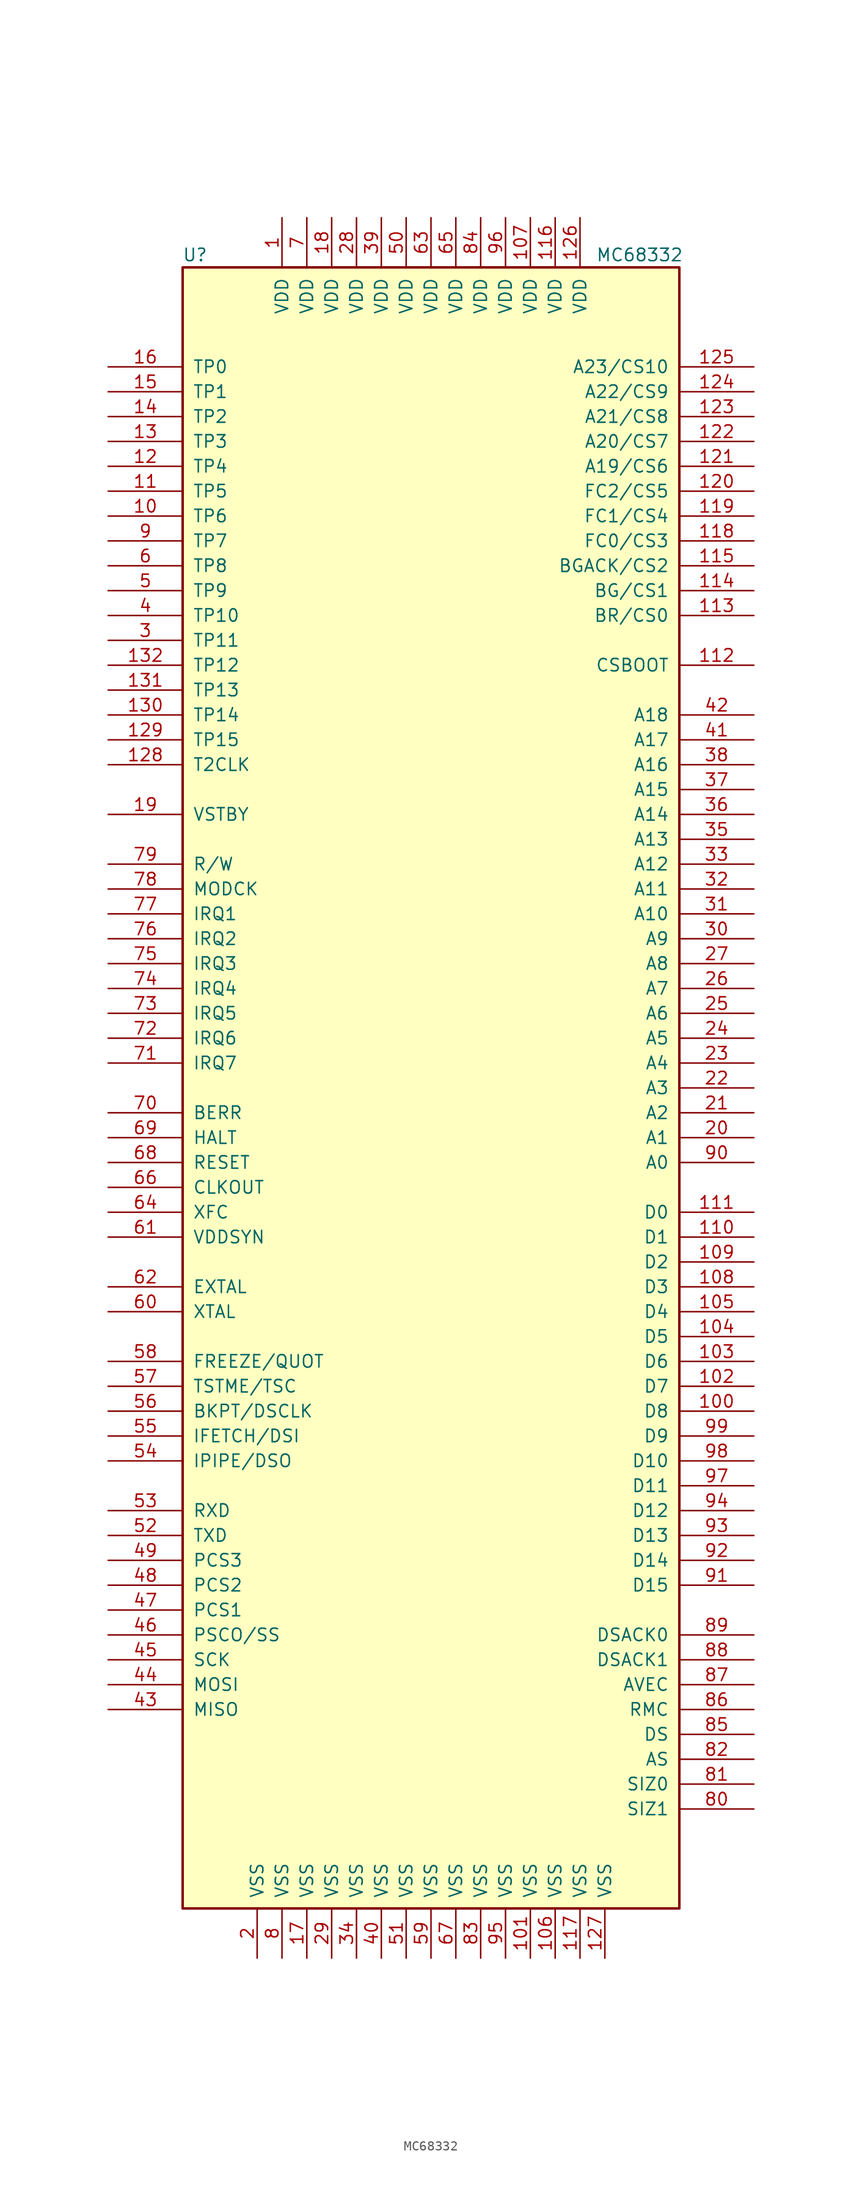
<source format=kicad_sym>
(kicad_symbol_lib
  (version 20231120)
  (generator "kicad_symbol_editor")
  (generator_version "8.0")
  (symbol "MC68332"
    (pin_names
      (offset 1.016))
    (property "Reference" "U"
      (at -24.13 85.09 0)
      (effects (font (size 1.27 1.27))))
    (property "Value" "MC68332"
      (at 21.336 85.09 0)
      (effects (font (size 1.27 1.27))))
    (symbol "MC68332_0_1"
      (rectangle (start -25.4 -83.82) (end 25.4 83.82) (stroke (width 0.254) (type default)) (fill (type background))))
    (symbol "MC68332_1_0"
      (pin power_in line (at -17.78 -88.9 90) (length 5.08) (name "VSS" (effects (font (size 1.27 1.27)))) (number "2" (effects (font (size 1.27 1.27))))))
    (symbol "MC68332_1_1"
      (pin power_in line (at -15.24 88.9 270) (length 5.08) (name "VDD" (effects (font (size 1.27 1.27)))) (number "1" (effects (font (size 1.27 1.27)))))
      (pin input line (at -33.02 58.42 0) (length 7.62) (name "TP6" (effects (font (size 1.27 1.27)))) (number "10" (effects (font (size 1.27 1.27)))))
      (pin input line (at 33.02 -33.02 180) (length 7.62) (name "D8" (effects (font (size 1.27 1.27)))) (number "100" (effects (font (size 1.27 1.27)))))
      (pin power_in line (at 10.16 -88.9 90) (length 5.08) (name "VSS" (effects (font (size 1.27 1.27)))) (number "101" (effects (font (size 1.27 1.27)))))
      (pin input line (at 33.02 -30.48 180) (length 7.62) (name "D7" (effects (font (size 1.27 1.27)))) (number "102" (effects (font (size 1.27 1.27)))))
      (pin input line (at 33.02 -27.94 180) (length 7.62) (name "D6" (effects (font (size 1.27 1.27)))) (number "103" (effects (font (size 1.27 1.27)))))
      (pin input line (at 33.02 -25.4 180) (length 7.62) (name "D5" (effects (font (size 1.27 1.27)))) (number "104" (effects (font (size 1.27 1.27)))))
      (pin input line (at 33.02 -22.86 180) (length 7.62) (name "D4" (effects (font (size 1.27 1.27)))) (number "105" (effects (font (size 1.27 1.27)))))
      (pin power_in line (at 12.7 -88.9 90) (length 5.08) (name "VSS" (effects (font (size 1.27 1.27)))) (number "106" (effects (font (size 1.27 1.27)))))
      (pin power_in line (at 10.16 88.9 270) (length 5.08) (name "VDD" (effects (font (size 1.27 1.27)))) (number "107" (effects (font (size 1.27 1.27)))))
      (pin input line (at 33.02 -20.32 180) (length 7.62) (name "D3" (effects (font (size 1.27 1.27)))) (number "108" (effects (font (size 1.27 1.27)))))
      (pin input line (at 33.02 -17.78 180) (length 7.62) (name "D2" (effects (font (size 1.27 1.27)))) (number "109" (effects (font (size 1.27 1.27)))))
      (pin input line (at -33.02 60.96 0) (length 7.62) (name "TP5" (effects (font (size 1.27 1.27)))) (number "11" (effects (font (size 1.27 1.27)))))
      (pin input line (at 33.02 -15.24 180) (length 7.62) (name "D1" (effects (font (size 1.27 1.27)))) (number "110" (effects (font (size 1.27 1.27)))))
      (pin input line (at 33.02 -12.7 180) (length 7.62) (name "D0" (effects (font (size 1.27 1.27)))) (number "111" (effects (font (size 1.27 1.27)))))
      (pin output line (at 33.02 43.18 180) (length 7.62) (name "CSBOOT" (effects (font (size 1.27 1.27)))) (number "112" (effects (font (size 1.27 1.27)))))
      (pin input line (at 33.02 48.26 180) (length 7.62) (name "BR/CS0" (effects (font (size 1.27 1.27)))) (number "113" (effects (font (size 1.27 1.27)))))
      (pin output line (at 33.02 50.8 180) (length 7.62) (name "BG/CS1" (effects (font (size 1.27 1.27)))) (number "114" (effects (font (size 1.27 1.27)))))
      (pin input line (at 33.02 53.34 180) (length 7.62) (name "BGACK/CS2" (effects (font (size 1.27 1.27)))) (number "115" (effects (font (size 1.27 1.27)))))
      (pin power_in line (at 12.7 88.9 270) (length 5.08) (name "VDD" (effects (font (size 1.27 1.27)))) (number "116" (effects (font (size 1.27 1.27)))))
      (pin power_in line (at 15.24 -88.9 90) (length 5.08) (name "VSS" (effects (font (size 1.27 1.27)))) (number "117" (effects (font (size 1.27 1.27)))))
      (pin output line (at 33.02 55.88 180) (length 7.62) (name "FC0/CS3" (effects (font (size 1.27 1.27)))) (number "118" (effects (font (size 1.27 1.27)))))
      (pin output line (at 33.02 58.42 180) (length 7.62) (name "FC1/CS4" (effects (font (size 1.27 1.27)))) (number "119" (effects (font (size 1.27 1.27)))))
      (pin input line (at -33.02 63.5 0) (length 7.62) (name "TP4" (effects (font (size 1.27 1.27)))) (number "12" (effects (font (size 1.27 1.27)))))
      (pin output line (at 33.02 60.96 180) (length 7.62) (name "FC2/CS5" (effects (font (size 1.27 1.27)))) (number "120" (effects (font (size 1.27 1.27)))))
      (pin output line (at 33.02 63.5 180) (length 7.62) (name "A19/CS6" (effects (font (size 1.27 1.27)))) (number "121" (effects (font (size 1.27 1.27)))))
      (pin output line (at 33.02 66.04 180) (length 7.62) (name "A20/CS7" (effects (font (size 1.27 1.27)))) (number "122" (effects (font (size 1.27 1.27)))))
      (pin output line (at 33.02 68.58 180) (length 7.62) (name "A21/CS8" (effects (font (size 1.27 1.27)))) (number "123" (effects (font (size 1.27 1.27)))))
      (pin output line (at 33.02 71.12 180) (length 7.62) (name "A22/CS9" (effects (font (size 1.27 1.27)))) (number "124" (effects (font (size 1.27 1.27)))))
      (pin output line (at 33.02 73.66 180) (length 7.62) (name "A23/CS10" (effects (font (size 1.27 1.27)))) (number "125" (effects (font (size 1.27 1.27)))))
      (pin power_in line (at 15.24 88.9 270) (length 5.08) (name "VDD" (effects (font (size 1.27 1.27)))) (number "126" (effects (font (size 1.27 1.27)))))
      (pin power_in line (at 17.78 -88.9 90) (length 5.08) (name "VSS" (effects (font (size 1.27 1.27)))) (number "127" (effects (font (size 1.27 1.27)))))
      (pin input line (at -33.02 33.02 0) (length 7.62) (name "T2CLK" (effects (font (size 1.27 1.27)))) (number "128" (effects (font (size 1.27 1.27)))))
      (pin input line (at -33.02 35.56 0) (length 7.62) (name "TP15" (effects (font (size 1.27 1.27)))) (number "129" (effects (font (size 1.27 1.27)))))
      (pin input line (at -33.02 66.04 0) (length 7.62) (name "TP3" (effects (font (size 1.27 1.27)))) (number "13" (effects (font (size 1.27 1.27)))))
      (pin input line (at -33.02 38.1 0) (length 7.62) (name "TP14" (effects (font (size 1.27 1.27)))) (number "130" (effects (font (size 1.27 1.27)))))
      (pin input line (at -33.02 40.64 0) (length 7.62) (name "TP13" (effects (font (size 1.27 1.27)))) (number "131" (effects (font (size 1.27 1.27)))))
      (pin input line (at -33.02 43.18 0) (length 7.62) (name "TP12" (effects (font (size 1.27 1.27)))) (number "132" (effects (font (size 1.27 1.27)))))
      (pin input line (at -33.02 68.58 0) (length 7.62) (name "TP2" (effects (font (size 1.27 1.27)))) (number "14" (effects (font (size 1.27 1.27)))))
      (pin input line (at -33.02 71.12 0) (length 7.62) (name "TP1" (effects (font (size 1.27 1.27)))) (number "15" (effects (font (size 1.27 1.27)))))
      (pin input line (at -33.02 73.66 0) (length 7.62) (name "TP0" (effects (font (size 1.27 1.27)))) (number "16" (effects (font (size 1.27 1.27)))))
      (pin power_in line (at -12.7 -88.9 90) (length 5.08) (name "VSS" (effects (font (size 1.27 1.27)))) (number "17" (effects (font (size 1.27 1.27)))))
      (pin power_in line (at -10.16 88.9 270) (length 5.08) (name "VDD" (effects (font (size 1.27 1.27)))) (number "18" (effects (font (size 1.27 1.27)))))
      (pin input line (at -33.02 27.94 0) (length 7.62) (name "VSTBY" (effects (font (size 1.27 1.27)))) (number "19" (effects (font (size 1.27 1.27)))))
      (pin output line (at 33.02 -5.08 180) (length 7.62) (name "A1" (effects (font (size 1.27 1.27)))) (number "20" (effects (font (size 1.27 1.27)))))
      (pin output line (at 33.02 -2.54 180) (length 7.62) (name "A2" (effects (font (size 1.27 1.27)))) (number "21" (effects (font (size 1.27 1.27)))))
      (pin output line (at 33.02 0 180) (length 7.62) (name "A3" (effects (font (size 1.27 1.27)))) (number "22" (effects (font (size 1.27 1.27)))))
      (pin output line (at 33.02 2.54 180) (length 7.62) (name "A4" (effects (font (size 1.27 1.27)))) (number "23" (effects (font (size 1.27 1.27)))))
      (pin output line (at 33.02 5.08 180) (length 7.62) (name "A5" (effects (font (size 1.27 1.27)))) (number "24" (effects (font (size 1.27 1.27)))))
      (pin output line (at 33.02 7.62 180) (length 7.62) (name "A6" (effects (font (size 1.27 1.27)))) (number "25" (effects (font (size 1.27 1.27)))))
      (pin output line (at 33.02 10.16 180) (length 7.62) (name "A7" (effects (font (size 1.27 1.27)))) (number "26" (effects (font (size 1.27 1.27)))))
      (pin output line (at 33.02 12.7 180) (length 7.62) (name "A8" (effects (font (size 1.27 1.27)))) (number "27" (effects (font (size 1.27 1.27)))))
      (pin power_in line (at -7.62 88.9 270) (length 5.08) (name "VDD" (effects (font (size 1.27 1.27)))) (number "28" (effects (font (size 1.27 1.27)))))
      (pin power_in line (at -10.16 -88.9 90) (length 5.08) (name "VSS" (effects (font (size 1.27 1.27)))) (number "29" (effects (font (size 1.27 1.27)))))
      (pin input line (at -33.02 45.72 0) (length 7.62) (name "TP11" (effects (font (size 1.27 1.27)))) (number "3" (effects (font (size 1.27 1.27)))))
      (pin output line (at 33.02 15.24 180) (length 7.62) (name "A9" (effects (font (size 1.27 1.27)))) (number "30" (effects (font (size 1.27 1.27)))))
      (pin output line (at 33.02 17.78 180) (length 7.62) (name "A10" (effects (font (size 1.27 1.27)))) (number "31" (effects (font (size 1.27 1.27)))))
      (pin output line (at 33.02 20.32 180) (length 7.62) (name "A11" (effects (font (size 1.27 1.27)))) (number "32" (effects (font (size 1.27 1.27)))))
      (pin output line (at 33.02 22.86 180) (length 7.62) (name "A12" (effects (font (size 1.27 1.27)))) (number "33" (effects (font (size 1.27 1.27)))))
      (pin power_in line (at -7.62 -88.9 90) (length 5.08) (name "VSS" (effects (font (size 1.27 1.27)))) (number "34" (effects (font (size 1.27 1.27)))))
      (pin output line (at 33.02 25.4 180) (length 7.62) (name "A13" (effects (font (size 1.27 1.27)))) (number "35" (effects (font (size 1.27 1.27)))))
      (pin output line (at 33.02 27.94 180) (length 7.62) (name "A14" (effects (font (size 1.27 1.27)))) (number "36" (effects (font (size 1.27 1.27)))))
      (pin output line (at 33.02 30.48 180) (length 7.62) (name "A15" (effects (font (size 1.27 1.27)))) (number "37" (effects (font (size 1.27 1.27)))))
      (pin output line (at 33.02 33.02 180) (length 7.62) (name "A16" (effects (font (size 1.27 1.27)))) (number "38" (effects (font (size 1.27 1.27)))))
      (pin power_in line (at -5.08 88.9 270) (length 5.08) (name "VDD" (effects (font (size 1.27 1.27)))) (number "39" (effects (font (size 1.27 1.27)))))
      (pin input line (at -33.02 48.26 0) (length 7.62) (name "TP10" (effects (font (size 1.27 1.27)))) (number "4" (effects (font (size 1.27 1.27)))))
      (pin power_in line (at -5.08 -88.9 90) (length 5.08) (name "VSS" (effects (font (size 1.27 1.27)))) (number "40" (effects (font (size 1.27 1.27)))))
      (pin output line (at 33.02 35.56 180) (length 7.62) (name "A17" (effects (font (size 1.27 1.27)))) (number "41" (effects (font (size 1.27 1.27)))))
      (pin output line (at 33.02 38.1 180) (length 7.62) (name "A18" (effects (font (size 1.27 1.27)))) (number "42" (effects (font (size 1.27 1.27)))))
      (pin input line (at -33.02 -63.5 0) (length 7.62) (name "MISO" (effects (font (size 1.27 1.27)))) (number "43" (effects (font (size 1.27 1.27)))))
      (pin input line (at -33.02 -60.96 0) (length 7.62) (name "MOSI" (effects (font (size 1.27 1.27)))) (number "44" (effects (font (size 1.27 1.27)))))
      (pin input line (at -33.02 -58.42 0) (length 7.62) (name "SCK" (effects (font (size 1.27 1.27)))) (number "45" (effects (font (size 1.27 1.27)))))
      (pin input line (at -33.02 -55.88 0) (length 7.62) (name "PSCO/SS" (effects (font (size 1.27 1.27)))) (number "46" (effects (font (size 1.27 1.27)))))
      (pin input line (at -33.02 -53.34 0) (length 7.62) (name "PCS1" (effects (font (size 1.27 1.27)))) (number "47" (effects (font (size 1.27 1.27)))))
      (pin input line (at -33.02 -50.8 0) (length 7.62) (name "PCS2" (effects (font (size 1.27 1.27)))) (number "48" (effects (font (size 1.27 1.27)))))
      (pin input line (at -33.02 -48.26 0) (length 7.62) (name "PCS3" (effects (font (size 1.27 1.27)))) (number "49" (effects (font (size 1.27 1.27)))))
      (pin input line (at -33.02 50.8 0) (length 7.62) (name "TP9" (effects (font (size 1.27 1.27)))) (number "5" (effects (font (size 1.27 1.27)))))
      (pin power_in line (at -2.54 88.9 270) (length 5.08) (name "VDD" (effects (font (size 1.27 1.27)))) (number "50" (effects (font (size 1.27 1.27)))))
      (pin power_in line (at -2.54 -88.9 90) (length 5.08) (name "VSS" (effects (font (size 1.27 1.27)))) (number "51" (effects (font (size 1.27 1.27)))))
      (pin input line (at -33.02 -45.72 0) (length 7.62) (name "TXD" (effects (font (size 1.27 1.27)))) (number "52" (effects (font (size 1.27 1.27)))))
      (pin input line (at -33.02 -43.18 0) (length 7.62) (name "RXD" (effects (font (size 1.27 1.27)))) (number "53" (effects (font (size 1.27 1.27)))))
      (pin output line (at -33.02 -38.1 0) (length 7.62) (name "IPIPE/DSO" (effects (font (size 1.27 1.27)))) (number "54" (effects (font (size 1.27 1.27)))))
      (pin input line (at -33.02 -35.56 0) (length 7.62) (name "IFETCH/DSI" (effects (font (size 1.27 1.27)))) (number "55" (effects (font (size 1.27 1.27)))))
      (pin input line (at -33.02 -33.02 0) (length 7.62) (name "BKPT/DSCLK" (effects (font (size 1.27 1.27)))) (number "56" (effects (font (size 1.27 1.27)))))
      (pin input line (at -33.02 -30.48 0) (length 7.62) (name "TSTME/TSC" (effects (font (size 1.27 1.27)))) (number "57" (effects (font (size 1.27 1.27)))))
      (pin output line (at -33.02 -27.94 0) (length 7.62) (name "FREEZE/QUOT" (effects (font (size 1.27 1.27)))) (number "58" (effects (font (size 1.27 1.27)))))
      (pin power_in line (at 0 -88.9 90) (length 5.08) (name "VSS" (effects (font (size 1.27 1.27)))) (number "59" (effects (font (size 1.27 1.27)))))
      (pin input line (at -33.02 53.34 0) (length 7.62) (name "TP8" (effects (font (size 1.27 1.27)))) (number "6" (effects (font (size 1.27 1.27)))))
      (pin output line (at -33.02 -22.86 0) (length 7.62) (name "XTAL" (effects (font (size 1.27 1.27)))) (number "60" (effects (font (size 1.27 1.27)))))
      (pin input line (at -33.02 -15.24 0) (length 7.62) (name "VDDSYN" (effects (font (size 1.27 1.27)))) (number "61" (effects (font (size 1.27 1.27)))))
      (pin input line (at -33.02 -20.32 0) (length 7.62) (name "EXTAL" (effects (font (size 1.27 1.27)))) (number "62" (effects (font (size 1.27 1.27)))))
      (pin power_in line (at 0 88.9 270) (length 5.08) (name "VDD" (effects (font (size 1.27 1.27)))) (number "63" (effects (font (size 1.27 1.27)))))
      (pin input line (at -33.02 -12.7 0) (length 7.62) (name "XFC" (effects (font (size 1.27 1.27)))) (number "64" (effects (font (size 1.27 1.27)))))
      (pin power_in line (at 2.54 88.9 270) (length 5.08) (name "VDD" (effects (font (size 1.27 1.27)))) (number "65" (effects (font (size 1.27 1.27)))))
      (pin output line (at -33.02 -10.16 0) (length 7.62) (name "CLKOUT" (effects (font (size 1.27 1.27)))) (number "66" (effects (font (size 1.27 1.27)))))
      (pin power_in line (at 2.54 -88.9 90) (length 5.08) (name "VSS" (effects (font (size 1.27 1.27)))) (number "67" (effects (font (size 1.27 1.27)))))
      (pin input line (at -33.02 -7.62 0) (length 7.62) (name "RESET" (effects (font (size 1.27 1.27)))) (number "68" (effects (font (size 1.27 1.27)))))
      (pin input line (at -33.02 -5.08 0) (length 7.62) (name "HALT" (effects (font (size 1.27 1.27)))) (number "69" (effects (font (size 1.27 1.27)))))
      (pin power_in line (at -12.7 88.9 270) (length 5.08) (name "VDD" (effects (font (size 1.27 1.27)))) (number "7" (effects (font (size 1.27 1.27)))))
      (pin input line (at -33.02 -2.54 0) (length 7.62) (name "BERR" (effects (font (size 1.27 1.27)))) (number "70" (effects (font (size 1.27 1.27)))))
      (pin input line (at -33.02 2.54 0) (length 7.62) (name "IRQ7" (effects (font (size 1.27 1.27)))) (number "71" (effects (font (size 1.27 1.27)))))
      (pin input line (at -33.02 5.08 0) (length 7.62) (name "IRQ6" (effects (font (size 1.27 1.27)))) (number "72" (effects (font (size 1.27 1.27)))))
      (pin input line (at -33.02 7.62 0) (length 7.62) (name "IRQ5" (effects (font (size 1.27 1.27)))) (number "73" (effects (font (size 1.27 1.27)))))
      (pin input line (at -33.02 10.16 0) (length 7.62) (name "IRQ4" (effects (font (size 1.27 1.27)))) (number "74" (effects (font (size 1.27 1.27)))))
      (pin input line (at -33.02 12.7 0) (length 7.62) (name "IRQ3" (effects (font (size 1.27 1.27)))) (number "75" (effects (font (size 1.27 1.27)))))
      (pin input line (at -33.02 15.24 0) (length 7.62) (name "IRQ2" (effects (font (size 1.27 1.27)))) (number "76" (effects (font (size 1.27 1.27)))))
      (pin input line (at -33.02 17.78 0) (length 7.62) (name "IRQ1" (effects (font (size 1.27 1.27)))) (number "77" (effects (font (size 1.27 1.27)))))
      (pin input line (at -33.02 20.32 0) (length 7.62) (name "MODCK" (effects (font (size 1.27 1.27)))) (number "78" (effects (font (size 1.27 1.27)))))
      (pin input line (at -33.02 22.86 0) (length 7.62) (name "R/W" (effects (font (size 1.27 1.27)))) (number "79" (effects (font (size 1.27 1.27)))))
      (pin power_in line (at -15.24 -88.9 90) (length 5.08) (name "VSS" (effects (font (size 1.27 1.27)))) (number "8" (effects (font (size 1.27 1.27)))))
      (pin input line (at 33.02 -73.66 180) (length 7.62) (name "SIZ1" (effects (font (size 1.27 1.27)))) (number "80" (effects (font (size 1.27 1.27)))))
      (pin input line (at 33.02 -71.12 180) (length 7.62) (name "SIZ0" (effects (font (size 1.27 1.27)))) (number "81" (effects (font (size 1.27 1.27)))))
      (pin input line (at 33.02 -68.58 180) (length 7.62) (name "AS" (effects (font (size 1.27 1.27)))) (number "82" (effects (font (size 1.27 1.27)))))
      (pin power_in line (at 5.08 -88.9 90) (length 5.08) (name "VSS" (effects (font (size 1.27 1.27)))) (number "83" (effects (font (size 1.27 1.27)))))
      (pin power_in line (at 5.08 88.9 270) (length 5.08) (name "VDD" (effects (font (size 1.27 1.27)))) (number "84" (effects (font (size 1.27 1.27)))))
      (pin input line (at 33.02 -66.04 180) (length 7.62) (name "DS" (effects (font (size 1.27 1.27)))) (number "85" (effects (font (size 1.27 1.27)))))
      (pin input line (at 33.02 -63.5 180) (length 7.62) (name "RMC" (effects (font (size 1.27 1.27)))) (number "86" (effects (font (size 1.27 1.27)))))
      (pin input line (at 33.02 -60.96 180) (length 7.62) (name "AVEC" (effects (font (size 1.27 1.27)))) (number "87" (effects (font (size 1.27 1.27)))))
      (pin input line (at 33.02 -58.42 180) (length 7.62) (name "DSACK1" (effects (font (size 1.27 1.27)))) (number "88" (effects (font (size 1.27 1.27)))))
      (pin input line (at 33.02 -55.88 180) (length 7.62) (name "DSACK0" (effects (font (size 1.27 1.27)))) (number "89" (effects (font (size 1.27 1.27)))))
      (pin input line (at -33.02 55.88 0) (length 7.62) (name "TP7" (effects (font (size 1.27 1.27)))) (number "9" (effects (font (size 1.27 1.27)))))
      (pin output line (at 33.02 -7.62 180) (length 7.62) (name "A0" (effects (font (size 1.27 1.27)))) (number "90" (effects (font (size 1.27 1.27)))))
      (pin input line (at 33.02 -50.8 180) (length 7.62) (name "D15" (effects (font (size 1.27 1.27)))) (number "91" (effects (font (size 1.27 1.27)))))
      (pin input line (at 33.02 -48.26 180) (length 7.62) (name "D14" (effects (font (size 1.27 1.27)))) (number "92" (effects (font (size 1.27 1.27)))))
      (pin input line (at 33.02 -45.72 180) (length 7.62) (name "D13" (effects (font (size 1.27 1.27)))) (number "93" (effects (font (size 1.27 1.27)))))
      (pin input line (at 33.02 -43.18 180) (length 7.62) (name "D12" (effects (font (size 1.27 1.27)))) (number "94" (effects (font (size 1.27 1.27)))))
      (pin power_in line (at 7.62 -88.9 90) (length 5.08) (name "VSS" (effects (font (size 1.27 1.27)))) (number "95" (effects (font (size 1.27 1.27)))))
      (pin power_in line (at 7.62 88.9 270) (length 5.08) (name "VDD" (effects (font (size 1.27 1.27)))) (number "96" (effects (font (size 1.27 1.27)))))
      (pin input line (at 33.02 -40.64 180) (length 7.62) (name "D11" (effects (font (size 1.27 1.27)))) (number "97" (effects (font (size 1.27 1.27)))))
      (pin input line (at 33.02 -38.1 180) (length 7.62) (name "D10" (effects (font (size 1.27 1.27)))) (number "98" (effects (font (size 1.27 1.27)))))
      (pin input line (at 33.02 -35.56 180) (length 7.62) (name "D9" (effects (font (size 1.27 1.27)))) (number "99" (effects (font (size 1.27 1.27))))))))
</source>
